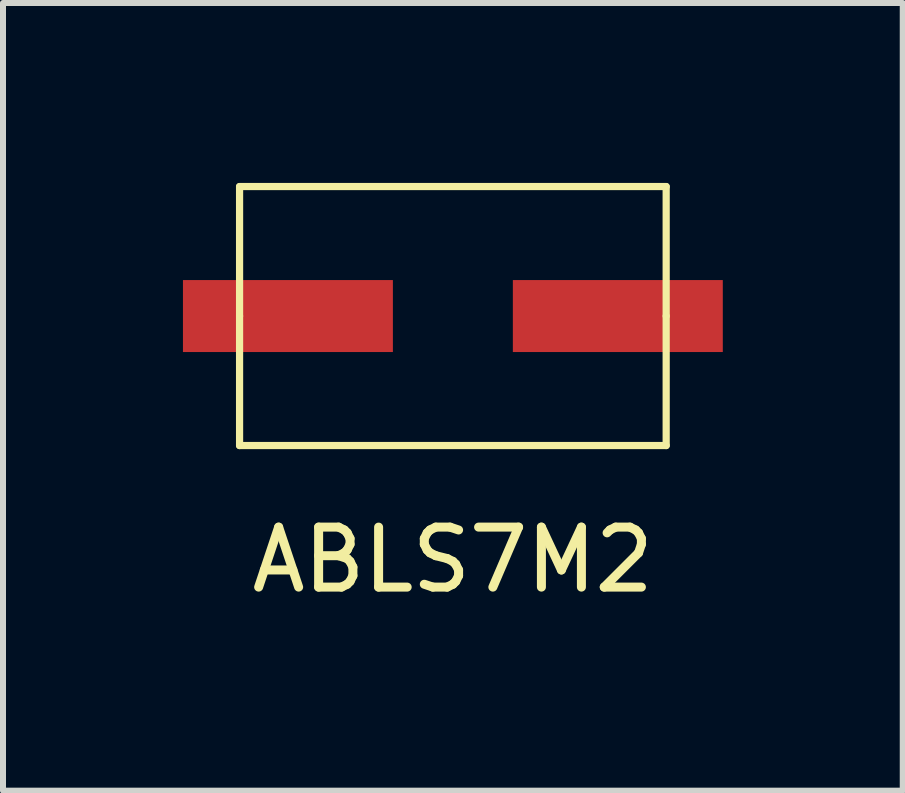
<source format=kicad_pcb>
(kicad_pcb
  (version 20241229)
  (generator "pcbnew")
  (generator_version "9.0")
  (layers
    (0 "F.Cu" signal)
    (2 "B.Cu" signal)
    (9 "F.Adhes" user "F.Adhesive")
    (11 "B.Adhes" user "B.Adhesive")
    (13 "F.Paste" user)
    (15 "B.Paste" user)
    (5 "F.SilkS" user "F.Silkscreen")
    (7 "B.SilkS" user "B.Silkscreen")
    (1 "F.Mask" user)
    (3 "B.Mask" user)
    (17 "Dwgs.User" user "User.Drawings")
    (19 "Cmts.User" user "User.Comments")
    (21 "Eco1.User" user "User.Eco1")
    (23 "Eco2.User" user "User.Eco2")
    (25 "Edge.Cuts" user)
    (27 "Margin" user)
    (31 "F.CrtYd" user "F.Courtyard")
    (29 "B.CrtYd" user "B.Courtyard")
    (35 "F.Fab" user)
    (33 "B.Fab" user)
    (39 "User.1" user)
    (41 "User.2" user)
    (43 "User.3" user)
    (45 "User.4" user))
  (footprint "ABLS7M2"
    (layer "F.Cu")
    (at 4.5 2.219)
    (property "Reference" "ABLS7M2" (at 0 4.064 0) (layer "F.SilkS") (effects (font (size 1 1) (thickness 0.15))))
    (attr through_hole)
    (fp_line (start -3.556 -2.159) (end 3.556 -2.159) (stroke (width 0.12) (type solid)) (layer "F.SilkS"))
    (fp_line (start -3.556 0) (end -3.556 -2.159) (stroke (width 0.12) (type solid)) (layer "F.SilkS"))
    (fp_line (start -3.556 0) (end -3.556 2.159) (stroke (width 0.12) (type solid)) (layer "F.SilkS"))
    (fp_line (start 3.556 -2.159) (end 3.556 0) (stroke (width 0.12) (type solid)) (layer "F.SilkS"))
    (fp_line (start 3.556 0) (end 3.556 2.159) (stroke (width 0.12) (type solid)) (layer "F.SilkS"))
    (fp_line (start 3.556 2.159) (end -3.556 2.159) (stroke (width 0.12) (type solid)) (layer "F.SilkS"))
    (pad "1" smd rect (at -2.75 0) (size 3.5 1.2) (layers "F.Cu" "F.Mask" "F.Paste"))
    (pad "2" smd rect (at 2.75 0) (size 3.5 1.2) (layers "F.Cu" "F.Mask" "F.Paste")))
  (gr_rect
    (start -3 -3)
    (end 12 10.131)
    (stroke (width 0.1) (type default))
    (fill no)
    (layer "Edge.Cuts")))
</source>
